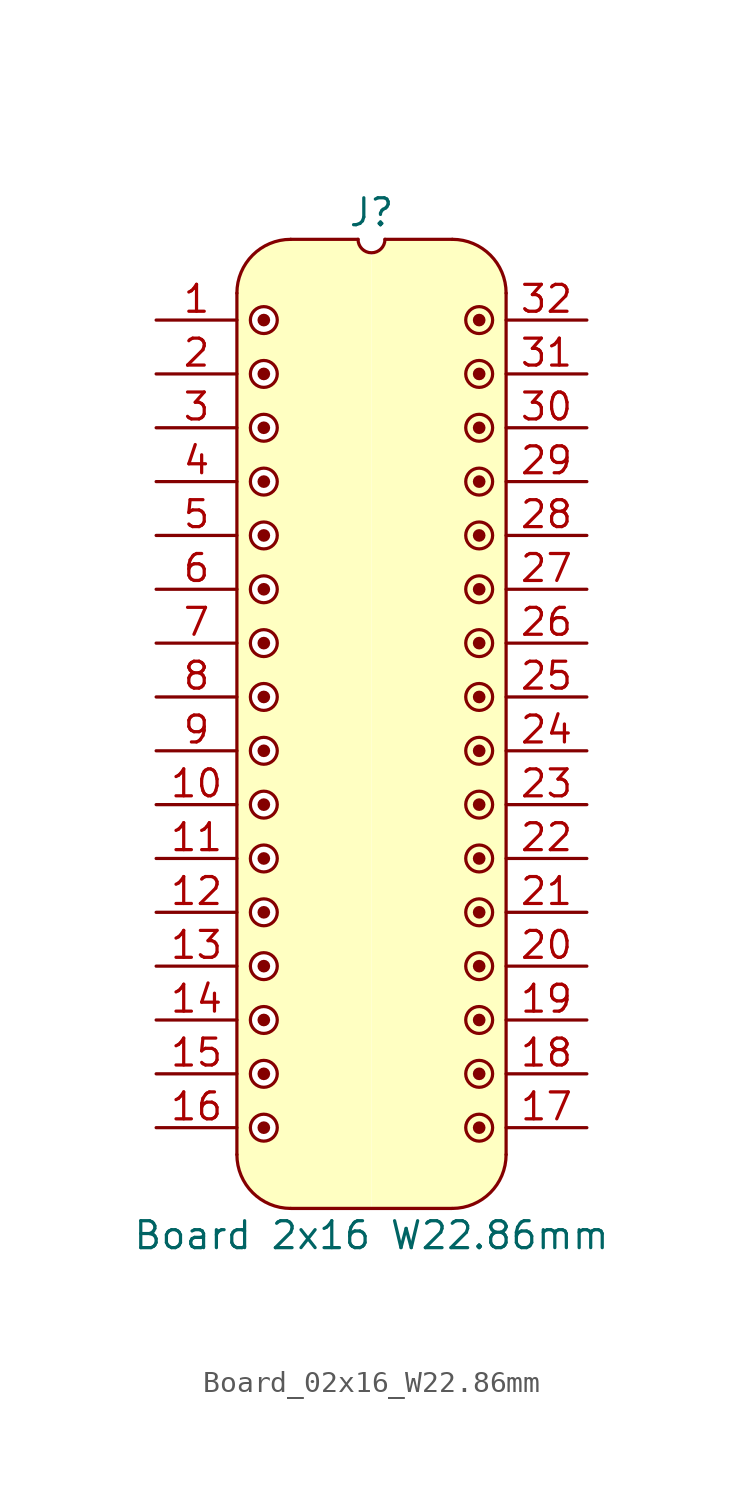
<source format=kicad_sym>
(kicad_symbol_lib
  (version 20241209)
  (generator "kicad_symbol_editor")
  (generator_version "9.0")
  (symbol "Board_02x16_W22.86mm"
    (pin_names
      (offset 1.016)
      (hide yes))
    (property "Reference" "J"
      (at 0 5.08 0)
      (effects (font (size 1.27 1.27))))
    (property "Value" "Board 2x16 W22.86mm"
      (at 0 -43.18 0)
      (effects (font (size 1.27 1.27))))
    (symbol "Board_02x16_W22.86mm_0_1"
      (polyline (pts (xy -6.35 1.27) (xy -6.35 -39.37)) (stroke (width 0) (type default)) (fill (type none)))
      (arc (start -3.8102 -41.9098) (mid -5.6063 -41.1659) (end -6.3502 -39.3698) (stroke (width 0) (type default)) (fill (type none)))
      (arc (start -6.35 1.27) (mid -5.6061 3.0661) (end -3.81 3.81) (stroke (width 0) (type default)) (fill (type none)))
      (polyline (pts (xy -3.81 3.81) (xy -0.635 3.81)) (stroke (width 0) (type default)) (fill (type none)))
      (arc (start 0.635 3.81) (mid 0 3.175) (end -0.635 3.81) (stroke (width 0) (type default)) (fill (type none)))
      (polyline (pts (xy 0.635 3.81) (xy 3.81 3.81)) (stroke (width 0) (type default)) (fill (type none)))
      (polyline (pts (xy 3.81 -41.91) (xy -3.81 -41.91)) (stroke (width 0) (type default)) (fill (type none)))
      (arc (start 3.81 3.81) (mid 5.6061 3.0661) (end 6.35 1.27) (stroke (width 0) (type default)) (fill (type none)))
      (arc (start 6.3498 -39.3698) (mid 5.6059 -41.1659) (end 3.8098 -41.9098) (stroke (width 0) (type default)) (fill (type none)))
      (polyline (pts (xy 6.35 -39.37) (xy 6.35 1.27)) (stroke (width 0) (type default)) (fill (type none))))
    (symbol "Board_02x16_W22.86mm_1_1"
      (polyline (pts (xy -6.35 1.27) (xy -6.096 2.286) (xy -5.588 3.048) (xy -4.826 3.556) (xy -4.064 3.81) (xy -0.762 3.81) (xy -0.508 3.302) (xy 0 3.048) (xy 0 -41.91) (xy -3.81 -41.91) (xy -4.826 -41.656) (xy -5.588 -41.148) (xy -6.096 -40.386) (xy -6.35 -39.37) (xy -6.35 1.27)) (stroke (width -0.0001) (type solid)) (fill (type background)))
      (circle (center -5.08 0) (radius 0.0001) (stroke (width 0.3) (type solid)) (fill (type none)))
      (circle (center -5.08 0) (radius 0.635) (stroke (width 0) (type solid)) (fill (type color) (color 255 255 255 1)))
      (circle (center -5.08 -2.54) (radius 0.0001) (stroke (width 0.3) (type solid)) (fill (type none)))
      (circle (center -5.08 -2.54) (radius 0.635) (stroke (width 0) (type solid)) (fill (type color) (color 255 255 255 1)))
      (circle (center -5.08 -5.08) (radius 0.0001) (stroke (width 0.3) (type solid)) (fill (type none)))
      (circle (center -5.08 -5.08) (radius 0.635) (stroke (width 0) (type solid)) (fill (type color) (color 255 255 255 1)))
      (circle (center -5.08 -7.62) (radius 0.0001) (stroke (width 0.3) (type solid)) (fill (type none)))
      (circle (center -5.08 -7.62) (radius 0.635) (stroke (width 0) (type solid)) (fill (type color) (color 255 255 255 1)))
      (circle (center -5.08 -10.16) (radius 0.0001) (stroke (width 0.3) (type solid)) (fill (type none)))
      (circle (center -5.08 -10.16) (radius 0.635) (stroke (width 0) (type solid)) (fill (type color) (color 255 255 255 1)))
      (circle (center -5.08 -12.7) (radius 0.0001) (stroke (width 0.3) (type solid)) (fill (type none)))
      (circle (center -5.08 -12.7) (radius 0.635) (stroke (width 0) (type solid)) (fill (type color) (color 255 255 255 1)))
      (circle (center -5.08 -15.24) (radius 0.0001) (stroke (width 0.3) (type solid)) (fill (type none)))
      (circle (center -5.08 -15.24) (radius 0.635) (stroke (width 0) (type solid)) (fill (type color) (color 255 255 255 1)))
      (circle (center -5.08 -17.78) (radius 0.0001) (stroke (width 0.3) (type solid)) (fill (type none)))
      (circle (center -5.08 -17.78) (radius 0.635) (stroke (width 0) (type solid)) (fill (type color) (color 255 255 255 1)))
      (circle (center -5.08 -20.32) (radius 0.0001) (stroke (width 0.3) (type solid)) (fill (type none)))
      (circle (center -5.08 -20.32) (radius 0.635) (stroke (width 0) (type solid)) (fill (type color) (color 255 255 255 1)))
      (circle (center -5.08 -22.86) (radius 0.0001) (stroke (width 0.3) (type solid)) (fill (type none)))
      (circle (center -5.08 -22.86) (radius 0.635) (stroke (width 0) (type solid)) (fill (type color) (color 255 255 255 1)))
      (circle (center -5.08 -25.4) (radius 0.0001) (stroke (width 0.3) (type solid)) (fill (type none)))
      (circle (center -5.08 -25.4) (radius 0.635) (stroke (width 0) (type solid)) (fill (type color) (color 255 255 255 1)))
      (circle (center -5.08 -27.94) (radius 0.0001) (stroke (width 0.3) (type solid)) (fill (type none)))
      (circle (center -5.08 -27.94) (radius 0.635) (stroke (width 0) (type solid)) (fill (type color) (color 255 255 255 1)))
      (circle (center -5.08 -30.48) (radius 0.0001) (stroke (width 0.3) (type solid)) (fill (type none)))
      (circle (center -5.08 -30.48) (radius 0.635) (stroke (width 0) (type solid)) (fill (type color) (color 255 255 255 1)))
      (circle (center -5.08 -33.02) (radius 0.0001) (stroke (width 0.3) (type solid)) (fill (type none)))
      (circle (center -5.08 -33.02) (radius 0.635) (stroke (width 0) (type solid)) (fill (type color) (color 255 255 255 1)))
      (circle (center -5.08 -35.56) (radius 0.0001) (stroke (width 0.3) (type solid)) (fill (type none)))
      (circle (center -5.08 -35.56) (radius 0.635) (stroke (width 0) (type solid)) (fill (type color) (color 255 255 255 1)))
      (circle (center -5.08 -38.1) (radius 0.0001) (stroke (width 0.3) (type solid)) (fill (type none)))
      (circle (center -5.08 -38.1) (radius 0.635) (stroke (width 0) (type solid)) (fill (type color) (color 255 255 255 1)))
      (circle (center 5.08 0) (radius 0.0001) (stroke (width 0.3) (type solid)) (fill (type none)))
      (circle (center 5.08 0) (radius 0.635) (stroke (width 0) (type solid)) (fill (type color) (color 255 255 255 1)))
      (circle (center 5.08 -2.54) (radius 0.0001) (stroke (width 0.3) (type solid)) (fill (type none)))
      (circle (center 5.08 -2.54) (radius 0.635) (stroke (width 0) (type solid)) (fill (type color) (color 255 255 255 1)))
      (circle (center 5.08 -5.08) (radius 0.0001) (stroke (width 0.3) (type solid)) (fill (type none)))
      (circle (center 5.08 -5.08) (radius 0.635) (stroke (width 0) (type solid)) (fill (type color) (color 255 255 255 1)))
      (circle (center 5.08 -7.62) (radius 0.0001) (stroke (width 0.3) (type solid)) (fill (type none)))
      (circle (center 5.08 -7.62) (radius 0.635) (stroke (width 0) (type solid)) (fill (type color) (color 255 255 255 1)))
      (circle (center 5.08 -10.16) (radius 0.0001) (stroke (width 0.3) (type solid)) (fill (type none)))
      (circle (center 5.08 -10.16) (radius 0.635) (stroke (width 0) (type solid)) (fill (type color) (color 255 255 255 1)))
      (circle (center 5.08 -12.7) (radius 0.0001) (stroke (width 0.3) (type solid)) (fill (type none)))
      (circle (center 5.08 -12.7) (radius 0.635) (stroke (width 0) (type solid)) (fill (type color) (color 255 255 255 1)))
      (circle (center 5.08 -15.24) (radius 0.0001) (stroke (width 0.3) (type solid)) (fill (type none)))
      (circle (center 5.08 -15.24) (radius 0.635) (stroke (width 0) (type solid)) (fill (type color) (color 255 255 255 1)))
      (circle (center 5.08 -17.78) (radius 0.0001) (stroke (width 0.3) (type solid)) (fill (type none)))
      (circle (center 5.08 -17.78) (radius 0.635) (stroke (width 0) (type solid)) (fill (type color) (color 255 255 255 1)))
      (circle (center 5.08 -20.32) (radius 0.0001) (stroke (width 0.3) (type solid)) (fill (type none)))
      (circle (center 5.08 -20.32) (radius 0.635) (stroke (width 0) (type solid)) (fill (type color) (color 255 255 255 1)))
      (circle (center 5.08 -22.86) (radius 0.0001) (stroke (width 0.3) (type solid)) (fill (type none)))
      (circle (center 5.08 -22.86) (radius 0.635) (stroke (width 0) (type solid)) (fill (type color) (color 255 255 255 1)))
      (circle (center 5.08 -25.4) (radius 0.0001) (stroke (width 0.3) (type solid)) (fill (type none)))
      (circle (center 5.08 -25.4) (radius 0.635) (stroke (width 0) (type solid)) (fill (type color) (color 255 255 255 1)))
      (circle (center 5.08 -27.94) (radius 0.0001) (stroke (width 0.3) (type solid)) (fill (type none)))
      (circle (center 5.08 -27.94) (radius 0.635) (stroke (width 0) (type solid)) (fill (type color) (color 255 255 255 1)))
      (circle (center 5.08 -30.48) (radius 0.0001) (stroke (width 0.3) (type solid)) (fill (type none)))
      (circle (center 5.08 -30.48) (radius 0.635) (stroke (width 0) (type solid)) (fill (type color) (color 255 255 255 1)))
      (circle (center 5.08 -33.02) (radius 0.0001) (stroke (width 0.3) (type solid)) (fill (type none)))
      (circle (center 5.08 -33.02) (radius 0.635) (stroke (width 0) (type solid)) (fill (type color) (color 255 255 255 1)))
      (circle (center 5.08 -35.56) (radius 0.0001) (stroke (width 0.3) (type solid)) (fill (type none)))
      (circle (center 5.08 -35.56) (radius 0.635) (stroke (width 0) (type solid)) (fill (type color) (color 255 255 255 1)))
      (circle (center 5.08 -38.1) (radius 0.0001) (stroke (width 0.3) (type solid)) (fill (type none)))
      (circle (center 5.08 -38.1) (radius 0.635) (stroke (width 0) (type solid)) (fill (type color) (color 255 255 255 1)))
      (polyline (pts (xy 6.35 1.27) (xy 6.096 2.286) (xy 5.588 3.048) (xy 4.826 3.556) (xy 4.064 3.81) (xy 0.762 3.81) (xy 0.508 3.302) (xy 0 3.048) (xy 0 -41.91) (xy 3.81 -41.91) (xy 4.826 -41.656) (xy 5.588 -41.148) (xy 6.096 -40.386) (xy 6.35 -39.37) (xy 6.35 1.27)) (stroke (width -0.0001) (type solid)) (fill (type background)))
      (pin passive line (at -10.16 0 0) (length 3.81) (name "" (effects (font (size 1.27 1.27)))) (number "1" (effects (font (size 1.27 1.27)))))
      (pin passive line (at -10.16 -2.54 0) (length 3.81) (name "" (effects (font (size 1.27 1.27)))) (number "2" (effects (font (size 1.27 1.27)))))
      (pin passive line (at -10.16 -5.08 0) (length 3.81) (name "" (effects (font (size 1.27 1.27)))) (number "3" (effects (font (size 1.27 1.27)))))
      (pin passive line (at -10.16 -7.62 0) (length 3.81) (name "" (effects (font (size 1.27 1.27)))) (number "4" (effects (font (size 1.27 1.27)))))
      (pin passive line (at -10.16 -10.16 0) (length 3.81) (name "" (effects (font (size 1.27 1.27)))) (number "5" (effects (font (size 1.27 1.27)))))
      (pin passive line (at -10.16 -12.7 0) (length 3.81) (name "" (effects (font (size 1.27 1.27)))) (number "6" (effects (font (size 1.27 1.27)))))
      (pin passive line (at -10.16 -15.24 0) (length 3.81) (name "" (effects (font (size 1.27 1.27)))) (number "7" (effects (font (size 1.27 1.27)))))
      (pin passive line (at -10.16 -17.78 0) (length 3.81) (name "" (effects (font (size 1.27 1.27)))) (number "8" (effects (font (size 1.27 1.27)))))
      (pin passive line (at -10.16 -20.32 0) (length 3.81) (name "" (effects (font (size 1.27 1.27)))) (number "9" (effects (font (size 1.27 1.27)))))
      (pin passive line (at -10.16 -22.86 0) (length 3.81) (name "" (effects (font (size 1.27 1.27)))) (number "10" (effects (font (size 1.27 1.27)))))
      (pin passive line (at -10.16 -25.4 0) (length 3.81) (name "" (effects (font (size 1.27 1.27)))) (number "11" (effects (font (size 1.27 1.27)))))
      (pin passive line (at -10.16 -27.94 0) (length 3.81) (name "" (effects (font (size 1.27 1.27)))) (number "12" (effects (font (size 1.27 1.27)))))
      (pin passive line (at -10.16 -30.48 0) (length 3.81) (name "" (effects (font (size 1.27 1.27)))) (number "13" (effects (font (size 1.27 1.27)))))
      (pin passive line (at -10.16 -33.02 0) (length 3.81) (name "" (effects (font (size 1.27 1.27)))) (number "14" (effects (font (size 1.27 1.27)))))
      (pin passive line (at -10.16 -35.56 0) (length 3.81) (name "" (effects (font (size 1.27 1.27)))) (number "15" (effects (font (size 1.27 1.27)))))
      (pin passive line (at -10.16 -38.1 0) (length 3.81) (name "" (effects (font (size 1.27 1.27)))) (number "16" (effects (font (size 1.27 1.27)))))
      (pin passive line (at 10.16 0 180) (length 3.81) (name "" (effects (font (size 1.27 1.27)))) (number "32" (effects (font (size 1.27 1.27)))))
      (pin passive line (at 10.16 -2.54 180) (length 3.81) (name "" (effects (font (size 1.27 1.27)))) (number "31" (effects (font (size 1.27 1.27)))))
      (pin passive line (at 10.16 -5.08 180) (length 3.81) (name "" (effects (font (size 1.27 1.27)))) (number "30" (effects (font (size 1.27 1.27)))))
      (pin passive line (at 10.16 -7.62 180) (length 3.81) (name "" (effects (font (size 1.27 1.27)))) (number "29" (effects (font (size 1.27 1.27)))))
      (pin passive line (at 10.16 -10.16 180) (length 3.81) (name "" (effects (font (size 1.27 1.27)))) (number "28" (effects (font (size 1.27 1.27)))))
      (pin passive line (at 10.16 -12.7 180) (length 3.81) (name "" (effects (font (size 1.27 1.27)))) (number "27" (effects (font (size 1.27 1.27)))))
      (pin passive line (at 10.16 -15.24 180) (length 3.81) (name "" (effects (font (size 1.27 1.27)))) (number "26" (effects (font (size 1.27 1.27)))))
      (pin passive line (at 10.16 -17.78 180) (length 3.81) (name "" (effects (font (size 1.27 1.27)))) (number "25" (effects (font (size 1.27 1.27)))))
      (pin passive line (at 10.16 -20.32 180) (length 3.81) (name "" (effects (font (size 1.27 1.27)))) (number "24" (effects (font (size 1.27 1.27)))))
      (pin passive line (at 10.16 -22.86 180) (length 3.81) (name "" (effects (font (size 1.27 1.27)))) (number "23" (effects (font (size 1.27 1.27)))))
      (pin passive line (at 10.16 -25.4 180) (length 3.81) (name "" (effects (font (size 1.27 1.27)))) (number "22" (effects (font (size 1.27 1.27)))))
      (pin passive line (at 10.16 -27.94 180) (length 3.81) (name "" (effects (font (size 1.27 1.27)))) (number "21" (effects (font (size 1.27 1.27)))))
      (pin passive line (at 10.16 -30.48 180) (length 3.81) (name "" (effects (font (size 1.27 1.27)))) (number "20" (effects (font (size 1.27 1.27)))))
      (pin passive line (at 10.16 -33.02 180) (length 3.81) (name "" (effects (font (size 1.27 1.27)))) (number "19" (effects (font (size 1.27 1.27)))))
      (pin passive line (at 10.16 -35.56 180) (length 3.81) (name "" (effects (font (size 1.27 1.27)))) (number "18" (effects (font (size 1.27 1.27)))))
      (pin passive line (at 10.16 -38.1 180) (length 3.81) (name "" (effects (font (size 1.27 1.27)))) (number "17" (effects (font (size 1.27 1.27))))))))
</source>
